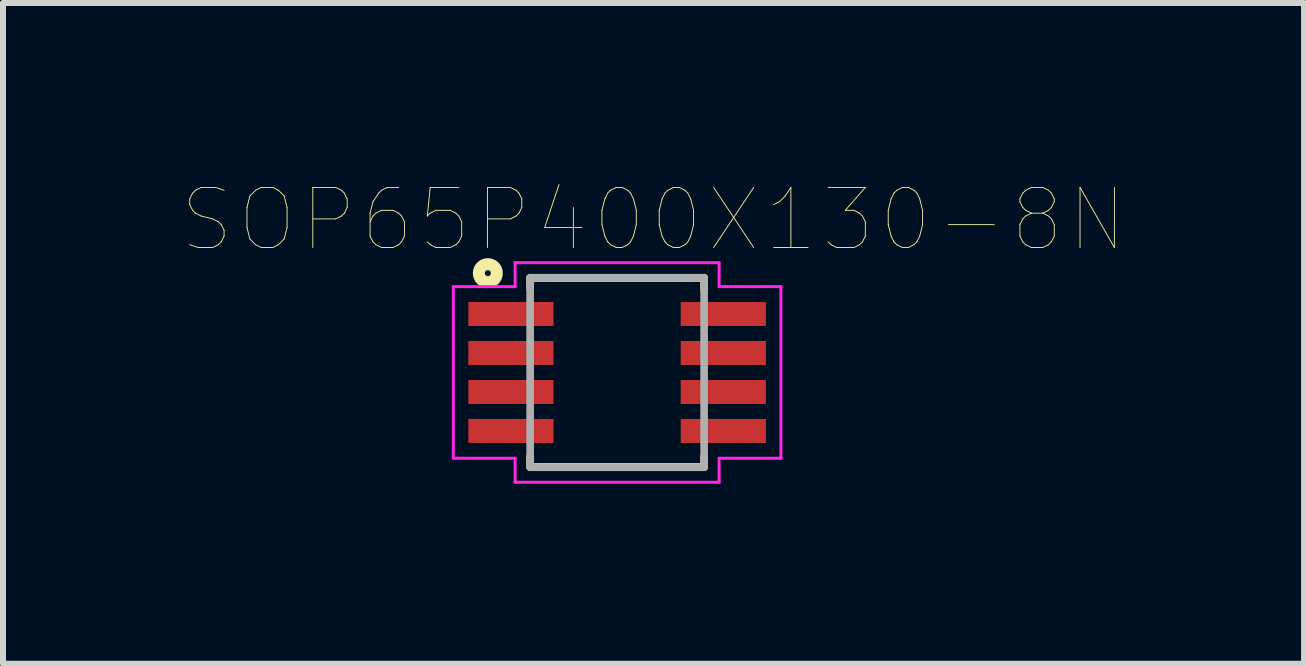
<source format=kicad_pcb>
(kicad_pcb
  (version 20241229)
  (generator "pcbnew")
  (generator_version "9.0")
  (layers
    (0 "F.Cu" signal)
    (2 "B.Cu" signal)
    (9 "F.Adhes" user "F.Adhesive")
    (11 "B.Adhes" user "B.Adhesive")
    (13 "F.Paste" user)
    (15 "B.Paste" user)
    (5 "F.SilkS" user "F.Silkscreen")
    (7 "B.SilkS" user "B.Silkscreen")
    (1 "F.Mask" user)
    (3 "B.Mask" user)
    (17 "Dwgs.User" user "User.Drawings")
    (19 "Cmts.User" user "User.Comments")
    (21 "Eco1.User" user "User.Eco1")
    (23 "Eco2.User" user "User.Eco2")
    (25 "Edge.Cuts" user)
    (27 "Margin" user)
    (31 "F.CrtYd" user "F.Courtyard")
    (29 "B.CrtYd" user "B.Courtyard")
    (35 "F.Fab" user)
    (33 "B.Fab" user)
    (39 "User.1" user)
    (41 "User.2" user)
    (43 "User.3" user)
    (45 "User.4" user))
  (footprint "SOP65P400X130-8N"
    (layer "F.Cu")
    (at 7.236 3.158)
    (property "Reference" "SOP65P400X130-8N" (at 0.606 -2.545 0) (layer "F.SilkS") (effects (font (size 1.002 1.002) (thickness 0.015))))
    (attr through_hole)
    (fp_line (start -1.45 -1.575) (end 1.45 -1.575) (stroke (width 0.127) (type solid)) (layer "F.SilkS"))
    (fp_line (start -1.45 -1.4) (end -1.45 -1.575) (stroke (width 0.127) (type solid)) (layer "F.SilkS"))
    (fp_line (start -1.45 1.4) (end -1.45 1.575) (stroke (width 0.127) (type solid)) (layer "F.SilkS"))
    (fp_line (start -1.45 1.575) (end 1.45 1.575) (stroke (width 0.127) (type solid)) (layer "F.SilkS"))
    (fp_line (start 1.45 -1.575) (end 1.45 -1.375) (stroke (width 0.127) (type solid)) (layer "F.SilkS"))
    (fp_line (start 1.45 1.575) (end 1.45 1.4) (stroke (width 0.127) (type solid)) (layer "F.SilkS"))
    (fp_circle (center -2.155 -1.655) (end -2.005 -1.655) (stroke (width 0.2) (type solid)) (fill no) (layer "F.SilkS"))
    (fp_line (start -2.73 -1.43) (end -1.7 -1.43) (stroke (width 0.05) (type solid)) (layer "F.CrtYd"))
    (fp_line (start -2.73 1.43) (end -2.73 -1.43) (stroke (width 0.05) (type solid)) (layer "F.CrtYd"))
    (fp_line (start -1.7 -1.83) (end 1.7 -1.83) (stroke (width 0.05) (type solid)) (layer "F.CrtYd"))
    (fp_line (start -1.7 -1.43) (end -1.7 -1.83) (stroke (width 0.05) (type solid)) (layer "F.CrtYd"))
    (fp_line (start -1.7 1.43) (end -2.73 1.43) (stroke (width 0.05) (type solid)) (layer "F.CrtYd"))
    (fp_line (start -1.7 1.83) (end -1.7 1.43) (stroke (width 0.05) (type solid)) (layer "F.CrtYd"))
    (fp_line (start 1.7 -1.83) (end 1.7 -1.43) (stroke (width 0.05) (type solid)) (layer "F.CrtYd"))
    (fp_line (start 1.7 -1.43) (end 2.73 -1.43) (stroke (width 0.05) (type solid)) (layer "F.CrtYd"))
    (fp_line (start 1.7 1.43) (end 1.7 1.83) (stroke (width 0.05) (type solid)) (layer "F.CrtYd"))
    (fp_line (start 1.7 1.83) (end -1.7 1.83) (stroke (width 0.05) (type solid)) (layer "F.CrtYd"))
    (fp_line (start 2.73 -1.43) (end 2.73 1.43) (stroke (width 0.05) (type solid)) (layer "F.CrtYd"))
    (fp_line (start 2.73 1.43) (end 1.7 1.43) (stroke (width 0.05) (type solid)) (layer "F.CrtYd"))
    (fp_line (start -1.45 -1.58) (end 1.45 -1.58) (stroke (width 0.127) (type solid)) (layer "F.Fab"))
    (fp_line (start -1.45 1.58) (end -1.45 -1.58) (stroke (width 0.127) (type solid)) (layer "F.Fab"))
    (fp_line (start 1.45 -1.58) (end 1.45 1.58) (stroke (width 0.127) (type solid)) (layer "F.Fab"))
    (fp_line (start 1.45 1.58) (end -1.45 1.58) (stroke (width 0.127) (type solid)) (layer "F.Fab"))
    (pad "1" smd rect (at -1.77 -0.975) (size 1.42 0.4) (layers "F.Cu" "F.Mask" "F.Paste"))
    (pad "2" smd rect (at -1.77 -0.325) (size 1.42 0.4) (layers "F.Cu" "F.Mask" "F.Paste"))
    (pad "3" smd rect (at -1.77 0.325) (size 1.42 0.4) (layers "F.Cu" "F.Mask" "F.Paste"))
    (pad "4" smd rect (at -1.77 0.975) (size 1.42 0.4) (layers "F.Cu" "F.Mask" "F.Paste"))
    (pad "5" smd rect (at 1.77 0.975) (size 1.42 0.4) (layers "F.Cu" "F.Mask" "F.Paste"))
    (pad "6" smd rect (at 1.77 0.325) (size 1.42 0.4) (layers "F.Cu" "F.Mask" "F.Paste"))
    (pad "7" smd rect (at 1.77 -0.325) (size 1.42 0.4) (layers "F.Cu" "F.Mask" "F.Paste"))
    (pad "8" smd rect (at 1.77 -0.975) (size 1.42 0.4) (layers "F.Cu" "F.Mask" "F.Paste")))
  (gr_rect
    (start -3 -3)
    (end 18.685 8.013)
    (stroke (width 0.1) (type default))
    (fill no)
    (layer "Edge.Cuts")))
</source>
